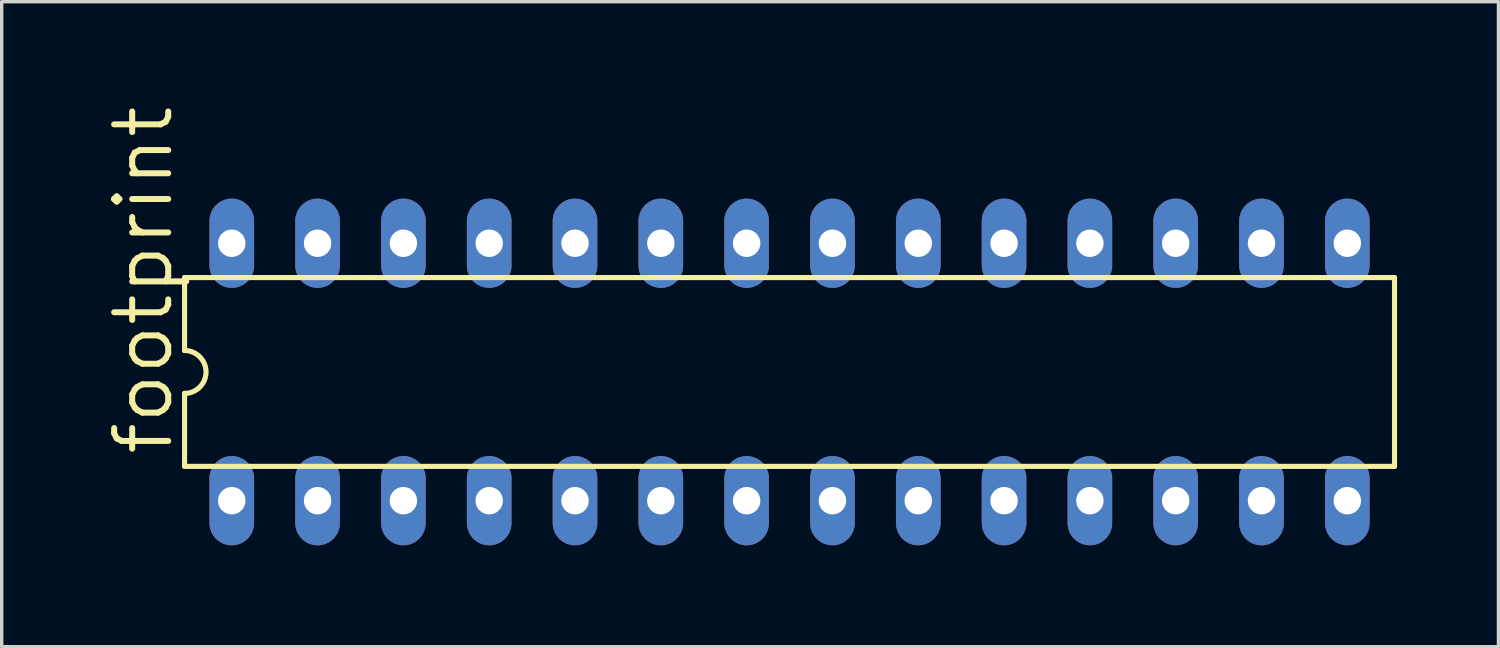
<source format=kicad_pcb>
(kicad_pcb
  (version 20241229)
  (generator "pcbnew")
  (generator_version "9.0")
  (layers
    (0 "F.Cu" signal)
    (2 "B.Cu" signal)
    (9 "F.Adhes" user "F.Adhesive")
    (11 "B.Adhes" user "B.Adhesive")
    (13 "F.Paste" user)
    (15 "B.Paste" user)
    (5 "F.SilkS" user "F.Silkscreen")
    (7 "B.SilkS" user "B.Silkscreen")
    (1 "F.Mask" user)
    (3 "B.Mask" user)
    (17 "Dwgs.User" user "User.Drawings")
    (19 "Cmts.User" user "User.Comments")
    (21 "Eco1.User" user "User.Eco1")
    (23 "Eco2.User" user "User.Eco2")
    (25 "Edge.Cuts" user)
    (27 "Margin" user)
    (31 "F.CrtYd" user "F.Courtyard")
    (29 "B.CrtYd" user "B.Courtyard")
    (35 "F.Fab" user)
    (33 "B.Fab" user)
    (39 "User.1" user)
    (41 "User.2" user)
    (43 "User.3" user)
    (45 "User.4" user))
  (footprint "footprint"
    (layer "F.Cu")
    (at 20.32 7.96)
    (property "Reference" "footprint" (at -18.186 2.54 90) (layer "F.SilkS") (effects (font (size 1.6 1.6) (thickness 0.178)) (justify left bottom)))
    (fp_line (start -17.907 -2.794) (end -17.907 -0.635) (stroke (width 0.152) (type solid)) (layer "F.SilkS"))
    (fp_line (start -17.907 -2.794) (end 17.907 -2.794) (stroke (width 0.152) (type solid)) (layer "F.SilkS"))
    (fp_line (start -17.907 0.635) (end -17.907 2.794) (stroke (width 0.152) (type solid)) (layer "F.SilkS"))
    (fp_line (start -17.907 2.794) (end 17.907 2.794) (stroke (width 0.152) (type solid)) (layer "F.SilkS"))
    (fp_line (start 17.907 -2.794) (end 17.907 2.794) (stroke (width 0.152) (type solid)) (layer "F.SilkS"))
    (fp_arc (start -17.907 -0.635) (mid -17.272 0) (end -17.907 0.635) (stroke (width 0.1524) (type solid)) (layer "F.SilkS"))
    (pad "1" thru_hole oval (at -16.51 3.81 90) (size 2.642 1.321) (drill 0.813) (layers "*.Cu" "*.Mask"))
    (pad "2" thru_hole oval (at -13.97 3.81 90) (size 2.642 1.321) (drill 0.813) (layers "*.Cu" "*.Mask"))
    (pad "3" thru_hole oval (at -11.43 3.81 90) (size 2.642 1.321) (drill 0.813) (layers "*.Cu" "*.Mask"))
    (pad "4" thru_hole oval (at -8.89 3.81 90) (size 2.642 1.321) (drill 0.813) (layers "*.Cu" "*.Mask"))
    (pad "5" thru_hole oval (at -6.35 3.81 90) (size 2.642 1.321) (drill 0.813) (layers "*.Cu" "*.Mask"))
    (pad "6" thru_hole oval (at -3.81 3.81 90) (size 2.642 1.321) (drill 0.813) (layers "*.Cu" "*.Mask"))
    (pad "7" thru_hole oval (at -1.27 3.81 90) (size 2.642 1.321) (drill 0.813) (layers "*.Cu" "*.Mask"))
    (pad "8" thru_hole oval (at 1.27 3.81 90) (size 2.642 1.321) (drill 0.813) (layers "*.Cu" "*.Mask"))
    (pad "9" thru_hole oval (at 3.81 3.81 90) (size 2.642 1.321) (drill 0.813) (layers "*.Cu" "*.Mask"))
    (pad "10" thru_hole oval (at 6.35 3.81 90) (size 2.642 1.321) (drill 0.813) (layers "*.Cu" "*.Mask"))
    (pad "11" thru_hole oval (at 8.89 3.81 90) (size 2.642 1.321) (drill 0.813) (layers "*.Cu" "*.Mask"))
    (pad "12" thru_hole oval (at 11.43 3.81 90) (size 2.642 1.321) (drill 0.813) (layers "*.Cu" "*.Mask"))
    (pad "13" thru_hole oval (at 13.97 3.81 90) (size 2.642 1.321) (drill 0.813) (layers "*.Cu" "*.Mask"))
    (pad "14" thru_hole oval (at 16.51 3.81 90) (size 2.642 1.321) (drill 0.813) (layers "*.Cu" "*.Mask"))
    (pad "15" thru_hole oval (at 16.51 -3.81 90) (size 2.642 1.321) (drill 0.813) (layers "*.Cu" "*.Mask"))
    (pad "16" thru_hole oval (at 13.97 -3.81 90) (size 2.642 1.321) (drill 0.813) (layers "*.Cu" "*.Mask"))
    (pad "17" thru_hole oval (at 11.43 -3.81 90) (size 2.642 1.321) (drill 0.813) (layers "*.Cu" "*.Mask"))
    (pad "18" thru_hole oval (at 8.89 -3.81 90) (size 2.642 1.321) (drill 0.813) (layers "*.Cu" "*.Mask"))
    (pad "19" thru_hole oval (at 6.35 -3.81 90) (size 2.642 1.321) (drill 0.813) (layers "*.Cu" "*.Mask"))
    (pad "20" thru_hole oval (at 3.81 -3.81 90) (size 2.642 1.321) (drill 0.813) (layers "*.Cu" "*.Mask"))
    (pad "21" thru_hole oval (at 1.27 -3.81 90) (size 2.642 1.321) (drill 0.813) (layers "*.Cu" "*.Mask"))
    (pad "22" thru_hole oval (at -1.27 -3.81 90) (size 2.642 1.321) (drill 0.813) (layers "*.Cu" "*.Mask"))
    (pad "23" thru_hole oval (at -3.81 -3.81 90) (size 2.642 1.321) (drill 0.813) (layers "*.Cu" "*.Mask"))
    (pad "24" thru_hole oval (at -6.35 -3.81 90) (size 2.642 1.321) (drill 0.813) (layers "*.Cu" "*.Mask"))
    (pad "25" thru_hole oval (at -8.89 -3.81 90) (size 2.642 1.321) (drill 0.813) (layers "*.Cu" "*.Mask"))
    (pad "26" thru_hole oval (at -11.43 -3.81 90) (size 2.642 1.321) (drill 0.813) (layers "*.Cu" "*.Mask"))
    (pad "27" thru_hole oval (at -13.97 -3.81 90) (size 2.642 1.321) (drill 0.813) (layers "*.Cu" "*.Mask"))
    (pad "28" thru_hole oval (at -16.51 -3.81 90) (size 2.642 1.321) (drill 0.813) (layers "*.Cu" "*.Mask")))
  (gr_rect
    (start -3 -3)
    (end 41.303 16.091)
    (stroke (width 0.1) (type default))
    (fill no)
    (layer "Edge.Cuts")))
</source>
